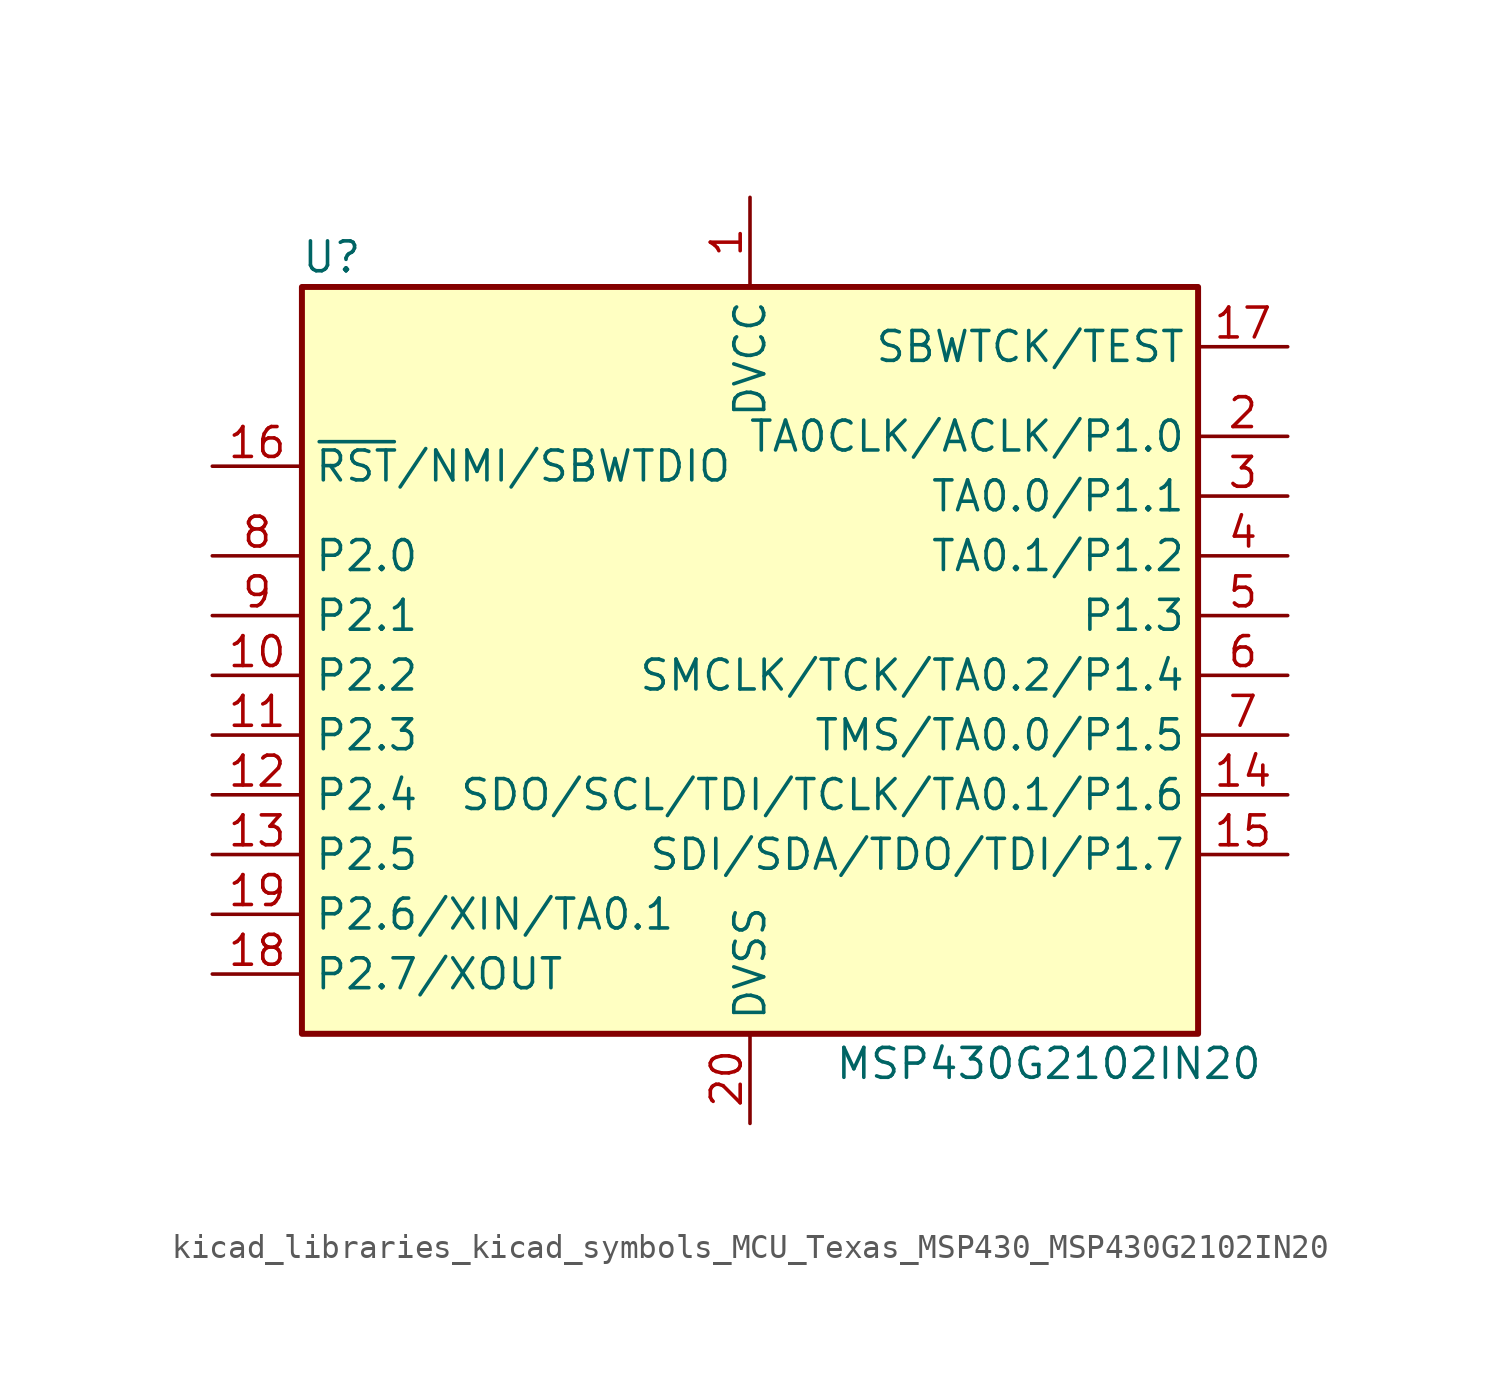
<source format=kicad_sym>
(kicad_symbol_lib
  (version 20220914)
  (generator kicad_symbol_editor)
  (symbol "kicad_libraries_kicad_symbols_MCU_Texas_MSP430_MSP430G2102IN20"
    (property "Reference" "U"
      (at -17.78 17.78 0)
      (effects (font (size 1.27 1.27))))
    (property "Value" "MSP430G2102IN20"
      (at 12.7 -16.51 0)
      (effects (font (size 1.27 1.27))))
    (symbol "kicad_libraries_kicad_symbols_MCU_Texas_MSP430_MSP430G2102IN20_0_1"
      (rectangle (start -19.05 16.51) (end 19.05 -15.24) (stroke (width 0.254) (type default)) (fill (type background))))
    (symbol "kicad_libraries_kicad_symbols_MCU_Texas_MSP430_MSP430G2102IN20_1_1"
      (pin power_in line (at 0 20.32 270) (length 3.81) (name "DVCC" (effects (font (size 1.27 1.27)))) (number "1" (effects (font (size 1.27 1.27)))))
      (pin bidirectional line (at -22.86 0 0) (length 3.81) (name "P2.2" (effects (font (size 1.27 1.27)))) (number "10" (effects (font (size 1.27 1.27)))))
      (pin bidirectional line (at -22.86 -2.54 0) (length 3.81) (name "P2.3" (effects (font (size 1.27 1.27)))) (number "11" (effects (font (size 1.27 1.27)))))
      (pin bidirectional line (at -22.86 -5.08 0) (length 3.81) (name "P2.4" (effects (font (size 1.27 1.27)))) (number "12" (effects (font (size 1.27 1.27)))))
      (pin bidirectional line (at -22.86 -7.62 0) (length 3.81) (name "P2.5" (effects (font (size 1.27 1.27)))) (number "13" (effects (font (size 1.27 1.27)))))
      (pin bidirectional line (at 22.86 -5.08 180) (length 3.81) (name "SDO/SCL/TDI/TCLK/TA0.1/P1.6" (effects (font (size 1.27 1.27)))) (number "14" (effects (font (size 1.27 1.27)))))
      (pin bidirectional line (at 22.86 -7.62 180) (length 3.81) (name "SDI/SDA/TDO/TDI/P1.7" (effects (font (size 1.27 1.27)))) (number "15" (effects (font (size 1.27 1.27)))))
      (pin input line (at -22.86 8.89 0) (length 3.81) (name "~{RST}/NMI/SBWTDIO" (effects (font (size 1.27 1.27)))) (number "16" (effects (font (size 1.27 1.27)))))
      (pin input line (at 22.86 13.97 180) (length 3.81) (name "SBWTCK/TEST" (effects (font (size 1.27 1.27)))) (number "17" (effects (font (size 1.27 1.27)))))
      (pin bidirectional line (at -22.86 -12.7 0) (length 3.81) (name "P2.7/XOUT" (effects (font (size 1.27 1.27)))) (number "18" (effects (font (size 1.27 1.27)))))
      (pin bidirectional line (at -22.86 -10.16 0) (length 3.81) (name "P2.6/XIN/TA0.1" (effects (font (size 1.27 1.27)))) (number "19" (effects (font (size 1.27 1.27)))))
      (pin bidirectional line (at 22.86 10.16 180) (length 3.81) (name "TA0CLK/ACLK/P1.0" (effects (font (size 1.27 1.27)))) (number "2" (effects (font (size 1.27 1.27)))))
      (pin power_in line (at 0 -19.05 90) (length 3.81) (name "DVSS" (effects (font (size 1.27 1.27)))) (number "20" (effects (font (size 1.27 1.27)))))
      (pin bidirectional line (at 22.86 7.62 180) (length 3.81) (name "TA0.0/P1.1" (effects (font (size 1.27 1.27)))) (number "3" (effects (font (size 1.27 1.27)))))
      (pin bidirectional line (at 22.86 5.08 180) (length 3.81) (name "TA0.1/P1.2" (effects (font (size 1.27 1.27)))) (number "4" (effects (font (size 1.27 1.27)))))
      (pin bidirectional line (at 22.86 2.54 180) (length 3.81) (name "P1.3" (effects (font (size 1.27 1.27)))) (number "5" (effects (font (size 1.27 1.27)))))
      (pin bidirectional line (at 22.86 0 180) (length 3.81) (name "SMCLK/TCK/TA0.2/P1.4" (effects (font (size 1.27 1.27)))) (number "6" (effects (font (size 1.27 1.27)))))
      (pin bidirectional line (at 22.86 -2.54 180) (length 3.81) (name "TMS/TA0.0/P1.5" (effects (font (size 1.27 1.27)))) (number "7" (effects (font (size 1.27 1.27)))))
      (pin bidirectional line (at -22.86 5.08 0) (length 3.81) (name "P2.0" (effects (font (size 1.27 1.27)))) (number "8" (effects (font (size 1.27 1.27)))))
      (pin bidirectional line (at -22.86 2.54 0) (length 3.81) (name "P2.1" (effects (font (size 1.27 1.27)))) (number "9" (effects (font (size 1.27 1.27))))))))
</source>
